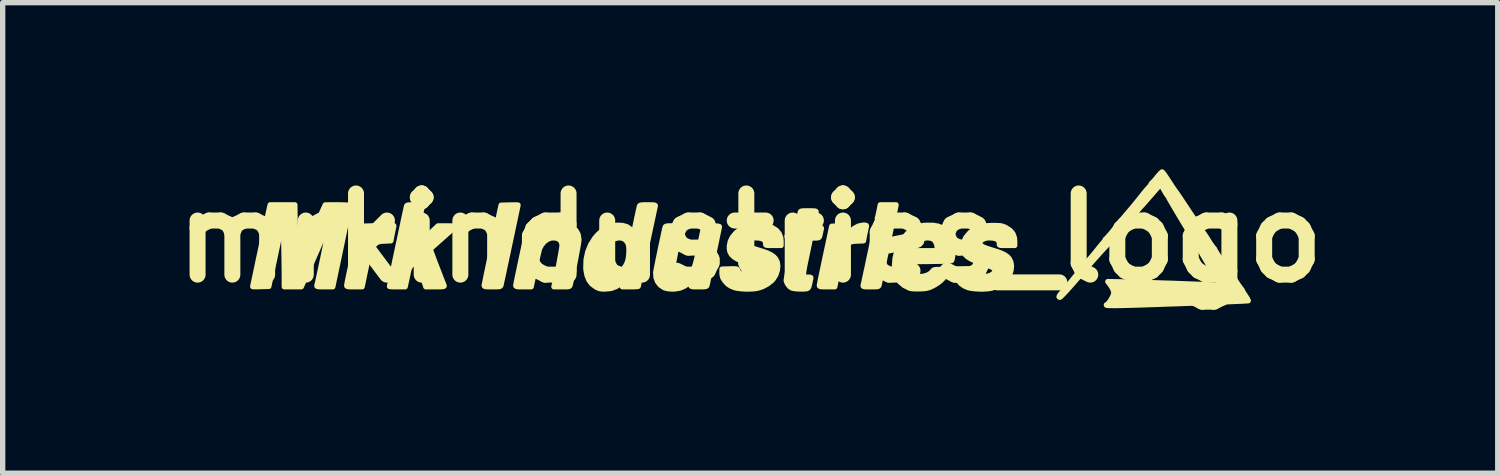
<source format=kicad_pcb>
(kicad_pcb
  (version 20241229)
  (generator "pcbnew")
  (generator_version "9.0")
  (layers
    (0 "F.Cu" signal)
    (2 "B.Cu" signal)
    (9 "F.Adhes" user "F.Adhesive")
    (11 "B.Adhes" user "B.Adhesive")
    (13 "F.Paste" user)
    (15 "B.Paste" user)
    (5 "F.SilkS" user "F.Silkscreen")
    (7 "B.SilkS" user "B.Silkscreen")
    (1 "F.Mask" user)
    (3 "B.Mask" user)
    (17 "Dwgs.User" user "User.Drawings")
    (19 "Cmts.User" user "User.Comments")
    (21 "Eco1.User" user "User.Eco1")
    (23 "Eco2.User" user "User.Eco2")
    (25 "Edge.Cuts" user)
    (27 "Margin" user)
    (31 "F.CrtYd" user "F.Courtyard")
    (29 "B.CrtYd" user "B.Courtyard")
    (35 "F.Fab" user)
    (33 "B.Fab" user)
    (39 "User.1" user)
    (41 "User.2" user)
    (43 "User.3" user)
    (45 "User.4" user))
  (footprint "mrkindustries_logo"
    (layer "F.Cu")
    (at 11.038 1.418)
    (property "Reference" "mrkindustries_logo" (at 0 0 0) (layer "F.SilkS") (effects (font (size 1.524 1.524) (thickness 0.3))))
    (attr through_hole)
    (fp_poly (pts (xy 2.739 -0.621) (xy 2.729 -0.57) (xy 2.72 -0.525) (xy 2.709 -0.47) (xy 2.704 -0.446) (xy 2.688 -0.374) (xy 2.537 -0.37) (xy 2.387 -0.366) (xy 2.399 -0.412) (xy 2.409 -0.453) (xy 2.42 -0.506) (xy 2.427 -0.54) (xy 2.443 -0.621) (xy 2.591 -0.621) (xy 2.739 -0.621)) (stroke (width 0.1) (type solid)) (fill yes) (layer "F.SilkS"))
    (fp_poly (pts (xy -4.36 -0.617) (xy -4.363 -0.603) (xy -4.371 -0.564) (xy -4.384 -0.503) (xy -4.401 -0.424) (xy -4.42 -0.33) (xy -4.443 -0.224) (xy -4.467 -0.108) (xy -4.493 0.013) (xy -4.52 0.138) (xy -4.546 0.262) (xy -4.572 0.383) (xy -4.597 0.498) (xy -4.619 0.604) (xy -4.639 0.697) (xy -4.656 0.775) (xy -4.669 0.834) (xy -4.677 0.872) (xy -4.68 0.884) (xy -4.685 0.899) (xy -4.694 0.908) (xy -4.713 0.914) (xy -4.747 0.916) (xy -4.801 0.917) (xy -4.842 0.917) (xy -4.91 0.917) (xy -4.954 0.915) (xy -4.98 0.911) (xy -4.992 0.904) (xy -4.995 0.893) (xy -4.995 0.893) (xy -4.992 0.874) (xy -4.983 0.831) (xy -4.97 0.766) (xy -4.953 0.681) (xy -4.931 0.578) (xy -4.907 0.462) (xy -4.88 0.333) (xy -4.85 0.196) (xy -4.836 0.127) (xy -4.678 -0.614) (xy -4.519 -0.618) (xy -4.456 -0.619) (xy -4.405 -0.619) (xy -4.371 -0.619) (xy -4.36 -0.617)) (stroke (width 0.1) (type solid)) (fill yes) (layer "F.SilkS"))
    (fp_poly (pts (xy 2.653 -0.215) (xy 2.65 -0.2) (xy 2.642 -0.161) (xy 2.63 -0.101) (xy 2.614 -0.025) (xy 2.595 0.065) (xy 2.574 0.164) (xy 2.552 0.269) (xy 2.529 0.376) (xy 2.507 0.482) (xy 2.485 0.583) (xy 2.466 0.676) (xy 2.448 0.756) (xy 2.434 0.821) (xy 2.424 0.866) (xy 2.42 0.885) (xy 2.415 0.9) (xy 2.405 0.909) (xy 2.385 0.914) (xy 2.349 0.917) (xy 2.292 0.917) (xy 2.264 0.917) (xy 2.198 0.917) (xy 2.156 0.916) (xy 2.132 0.912) (xy 2.122 0.905) (xy 2.122 0.894) (xy 2.124 0.885) (xy 2.13 0.857) (xy 2.141 0.806) (xy 2.156 0.736) (xy 2.174 0.652) (xy 2.195 0.557) (xy 2.216 0.454) (xy 2.239 0.348) (xy 2.262 0.241) (xy 2.284 0.137) (xy 2.304 0.04) (xy 2.322 -0.046) (xy 2.337 -0.118) (xy 2.348 -0.173) (xy 2.355 -0.206) (xy 2.357 -0.215) (xy 2.37 -0.219) (xy 2.405 -0.223) (xy 2.457 -0.225) (xy 2.505 -0.226) (xy 2.566 -0.225) (xy 2.614 -0.222) (xy 2.645 -0.218) (xy 2.653 -0.215)) (stroke (width 0.1) (type solid)) (fill yes) (layer "F.SilkS"))
    (fp_poly (pts (xy -6.694 -0.216) (xy -6.694 -0.215) (xy -6.7 -0.191) (xy -6.709 -0.146) (xy -6.72 -0.09) (xy -6.725 -0.068) (xy -6.748 0.054) (xy -6.865 0.059) (xy -6.926 0.062) (xy -6.967 0.068) (xy -6.997 0.079) (xy -7.026 0.098) (xy -7.037 0.107) (xy -7.077 0.147) (xy -7.114 0.197) (xy -7.122 0.212) (xy -7.134 0.245) (xy -7.15 0.3) (xy -7.17 0.373) (xy -7.19 0.459) (xy -7.212 0.553) (xy -7.221 0.596) (xy -7.288 0.917) (xy -7.433 0.917) (xy -7.499 0.917) (xy -7.541 0.915) (xy -7.565 0.91) (xy -7.575 0.903) (xy -7.577 0.893) (xy -7.574 0.874) (xy -7.566 0.83) (xy -7.553 0.766) (xy -7.536 0.683) (xy -7.515 0.585) (xy -7.492 0.475) (xy -7.467 0.356) (xy -7.46 0.325) (xy -7.343 -0.219) (xy -7.194 -0.223) (xy -7.044 -0.227) (xy -7.063 -0.145) (xy -7.076 -0.088) (xy -7.08 -0.056) (xy -7.072 -0.049) (xy -7.05 -0.065) (xy -7.012 -0.101) (xy -7.007 -0.107) (xy -6.923 -0.178) (xy -6.842 -0.222) (xy -6.761 -0.239) (xy -6.748 -0.24) (xy -6.71 -0.238) (xy -6.694 -0.231) (xy -6.694 -0.216)) (stroke (width 0.1) (type solid)) (fill yes) (layer "F.SilkS"))
    (fp_poly (pts (xy 2.182 -0.216) (xy 2.182 -0.215) (xy 2.176 -0.191) (xy 2.167 -0.146) (xy 2.155 -0.09) (xy 2.151 -0.068) (xy 2.127 0.054) (xy 2.01 0.059) (xy 1.95 0.062) (xy 1.909 0.068) (xy 1.879 0.079) (xy 1.85 0.098) (xy 1.839 0.107) (xy 1.798 0.147) (xy 1.762 0.197) (xy 1.754 0.212) (xy 1.742 0.245) (xy 1.725 0.3) (xy 1.706 0.373) (xy 1.685 0.459) (xy 1.664 0.553) (xy 1.655 0.596) (xy 1.588 0.917) (xy 1.443 0.917) (xy 1.377 0.917) (xy 1.335 0.915) (xy 1.311 0.91) (xy 1.301 0.903) (xy 1.299 0.893) (xy 1.302 0.874) (xy 1.31 0.83) (xy 1.323 0.766) (xy 1.34 0.683) (xy 1.361 0.585) (xy 1.384 0.475) (xy 1.409 0.356) (xy 1.416 0.325) (xy 1.532 -0.219) (xy 1.682 -0.223) (xy 1.832 -0.227) (xy 1.813 -0.145) (xy 1.8 -0.088) (xy 1.796 -0.056) (xy 1.804 -0.049) (xy 1.825 -0.065) (xy 1.863 -0.101) (xy 1.869 -0.107) (xy 1.952 -0.178) (xy 2.034 -0.222) (xy 2.115 -0.239) (xy 2.128 -0.24) (xy 2.166 -0.238) (xy 2.182 -0.231) (xy 2.182 -0.216)) (stroke (width 0.1) (type solid)) (fill yes) (layer "F.SilkS"))
    (fp_poly (pts (xy -3.217 0.035) (xy -3.22 0.064) (xy -3.228 0.118) (xy -3.24 0.189) (xy -3.256 0.275) (xy -3.274 0.371) (xy -3.293 0.472) (xy -3.314 0.574) (xy -3.334 0.673) (xy -3.354 0.764) (xy -3.371 0.842) (xy -3.382 0.885) (xy -3.387 0.9) (xy -3.397 0.909) (xy -3.417 0.914) (xy -3.454 0.917) (xy -3.511 0.917) (xy -3.538 0.917) (xy -3.686 0.917) (xy -3.678 0.883) (xy -3.658 0.804) (xy -3.638 0.713) (xy -3.618 0.616) (xy -3.597 0.517) (xy -3.579 0.419) (xy -3.562 0.328) (xy -3.548 0.248) (xy -3.538 0.184) (xy -3.533 0.139) (xy -3.533 0.121) (xy -3.552 0.062) (xy -3.592 0.021) (xy -3.65 -0.000029) (xy -3.724 -0.001) (xy -3.752 0.004) (xy -3.811 0.028) (xy -3.87 0.073) (xy -3.919 0.132) (xy -3.953 0.196) (xy -3.954 0.199) (xy -3.963 0.23) (xy -3.976 0.285) (xy -3.993 0.357) (xy -4.012 0.443) (xy -4.033 0.537) (xy -4.044 0.589) (xy -4.113 0.917) (xy -4.258 0.917) (xy -4.324 0.917) (xy -4.366 0.915) (xy -4.39 0.91) (xy -4.4 0.903) (xy -4.402 0.893) (xy -4.399 0.874) (xy -4.391 0.83) (xy -4.378 0.766) (xy -4.361 0.683) (xy -4.34 0.585) (xy -4.317 0.475) (xy -4.292 0.356) (xy -4.285 0.325) (xy -4.168 -0.219) (xy -4.018 -0.223) (xy -3.868 -0.227) (xy -3.88 -0.18) (xy -3.896 -0.119) (xy -3.903 -0.083) (xy -3.9 -0.069) (xy -3.885 -0.076) (xy -3.856 -0.102) (xy -3.832 -0.124) (xy -3.758 -0.182) (xy -3.682 -0.218) (xy -3.598 -0.236) (xy -3.501 -0.238) (xy -3.439 -0.233) (xy -3.394 -0.224) (xy -3.357 -0.209) (xy -3.333 -0.194) (xy -3.271 -0.137) (xy -3.232 -0.065) (xy -3.218 0.023) (xy -3.217 0.035)) (stroke (width 0.1) (type solid)) (fill yes) (layer "F.SilkS"))
    (fp_poly (pts (xy 3.819 0.168) (xy 3.817 0.222) (xy 3.811 0.277) (xy 3.802 0.334) (xy 3.795 0.382) (xy 3.788 0.412) (xy 3.787 0.416) (xy 3.781 0.423) (xy 3.765 0.428) (xy 3.737 0.432) (xy 3.694 0.435) (xy 3.633 0.437) (xy 3.551 0.439) (xy 3.514 0.439) (xy 3.514 0.24) (xy 3.514 0.19) (xy 3.504 0.124) (xy 3.479 0.065) (xy 3.441 0.023) (xy 3.437 0.021) (xy 3.39 0.003) (xy 3.328 -0.003) (xy 3.263 0.005) (xy 3.212 0.022) (xy 3.149 0.066) (xy 3.097 0.133) (xy 3.069 0.188) (xy 3.048 0.24) (xy 3.281 0.24) (xy 3.514 0.24) (xy 3.514 0.439) (xy 3.444 0.44) (xy 3.396 0.441) (xy 3.013 0.445) (xy 3.009 0.515) (xy 3.017 0.592) (xy 3.05 0.656) (xy 3.099 0.701) (xy 3.153 0.721) (xy 3.22 0.725) (xy 3.29 0.712) (xy 3.355 0.686) (xy 3.407 0.648) (xy 3.423 0.628) (xy 3.435 0.612) (xy 3.45 0.601) (xy 3.474 0.596) (xy 3.513 0.593) (xy 3.573 0.593) (xy 3.586 0.593) (xy 3.657 0.594) (xy 3.704 0.599) (xy 3.724 0.606) (xy 3.725 0.608) (xy 3.716 0.633) (xy 3.691 0.672) (xy 3.656 0.718) (xy 3.615 0.765) (xy 3.578 0.802) (xy 3.529 0.841) (xy 3.468 0.88) (xy 3.417 0.907) (xy 3.369 0.929) (xy 3.326 0.942) (xy 3.28 0.95) (xy 3.22 0.954) (xy 3.182 0.956) (xy 3.088 0.956) (xy 3.02 0.949) (xy 2.99 0.941) (xy 2.888 0.89) (xy 2.81 0.823) (xy 2.754 0.739) (xy 2.72 0.639) (xy 2.71 0.528) (xy 2.72 0.387) (xy 2.752 0.251) (xy 2.803 0.125) (xy 2.871 0.012) (xy 2.954 -0.083) (xy 3.049 -0.159) (xy 3.104 -0.189) (xy 3.158 -0.212) (xy 3.208 -0.226) (xy 3.265 -0.234) (xy 3.325 -0.237) (xy 3.438 -0.236) (xy 3.53 -0.22) (xy 3.608 -0.188) (xy 3.665 -0.148) (xy 3.724 -0.092) (xy 3.764 -0.037) (xy 3.792 0.028) (xy 3.804 0.07) (xy 3.815 0.122) (xy 3.819 0.168)) (stroke (width 0.1) (type solid)) (fill yes) (layer "F.SilkS"))
    (fp_poly (pts (xy -0.579 -0.212) (xy -0.581 -0.196) (xy -0.589 -0.156) (xy -0.602 -0.095) (xy -0.618 -0.018) (xy -0.637 0.073) (xy -0.658 0.172) (xy -0.68 0.278) (xy -0.703 0.386) (xy -0.725 0.492) (xy -0.747 0.593) (xy -0.767 0.685) (xy -0.784 0.764) (xy -0.798 0.828) (xy -0.808 0.872) (xy -0.813 0.892) (xy -0.813 0.893) (xy -0.82 0.904) (xy -0.835 0.911) (xy -0.864 0.915) (xy -0.913 0.917) (xy -0.969 0.917) (xy -1.035 0.917) (xy -1.077 0.915) (xy -1.101 0.911) (xy -1.11 0.904) (xy -1.11 0.894) (xy -1.109 0.893) (xy -1.101 0.861) (xy -1.092 0.826) (xy -1.082 0.783) (xy -1.142 0.837) (xy -1.229 0.902) (xy -1.32 0.942) (xy -1.42 0.958) (xy -1.453 0.959) (xy -1.541 0.954) (xy -1.607 0.937) (xy -1.616 0.933) (xy -1.686 0.887) (xy -1.738 0.822) (xy -1.768 0.744) (xy -1.774 0.657) (xy -1.772 0.636) (xy -1.768 0.61) (xy -1.758 0.56) (xy -1.744 0.492) (xy -1.728 0.41) (xy -1.709 0.319) (xy -1.689 0.222) (xy -1.669 0.126) (xy -1.649 0.034) (xy -1.631 -0.05) (xy -1.616 -0.12) (xy -1.605 -0.172) (xy -1.599 -0.194) (xy -1.594 -0.208) (xy -1.584 -0.217) (xy -1.564 -0.223) (xy -1.528 -0.225) (xy -1.47 -0.226) (xy -1.443 -0.226) (xy -1.295 -0.226) (xy -1.304 -0.192) (xy -1.318 -0.132) (xy -1.335 -0.055) (xy -1.354 0.032) (xy -1.373 0.125) (xy -1.392 0.221) (xy -1.41 0.313) (xy -1.426 0.398) (xy -1.439 0.471) (xy -1.448 0.527) (xy -1.453 0.562) (xy -1.453 0.568) (xy -1.445 0.634) (xy -1.421 0.681) (xy -1.378 0.711) (xy -1.362 0.717) (xy -1.289 0.727) (xy -1.216 0.711) (xy -1.148 0.674) (xy -1.089 0.617) (xy -1.051 0.556) (xy -1.039 0.523) (xy -1.023 0.468) (xy -1.004 0.392) (xy -0.98 0.291) (xy -0.952 0.165) (xy -0.92 0.013) (xy -0.909 -0.039) (xy -0.87 -0.226) (xy -0.724 -0.226) (xy -0.662 -0.225) (xy -0.614 -0.221) (xy -0.585 -0.216) (xy -0.579 -0.212)) (stroke (width 0.1) (type solid)) (fill yes) (layer "F.SilkS"))
    (fp_poly (pts (xy 0.579 0.141) (xy 0.431 0.141) (xy 0.365 0.141) (xy 0.322 0.139) (xy 0.299 0.135) (xy 0.291 0.128) (xy 0.292 0.119) (xy 0.291 0.088) (xy 0.275 0.052) (xy 0.25 0.025) (xy 0.241 0.02) (xy 0.171 0.001) (xy 0.091 -0.003) (xy 0.047 0.002) (xy -0.019 0.022) (xy -0.059 0.054) (xy -0.075 0.087) (xy -0.074 0.116) (xy -0.054 0.144) (xy -0.012 0.17) (xy 0.053 0.196) (xy 0.14 0.224) (xy 0.247 0.257) (xy 0.331 0.288) (xy 0.394 0.32) (xy 0.442 0.354) (xy 0.475 0.39) (xy 0.507 0.453) (xy 0.518 0.528) (xy 0.509 0.609) (xy 0.482 0.69) (xy 0.438 0.763) (xy 0.406 0.801) (xy 0.323 0.866) (xy 0.225 0.917) (xy 0.141 0.944) (xy 0.075 0.954) (xy -0.006 0.959) (xy -0.094 0.959) (xy -0.178 0.953) (xy -0.251 0.943) (xy -0.294 0.933) (xy -0.369 0.901) (xy -0.426 0.862) (xy -0.474 0.808) (xy -0.486 0.792) (xy -0.515 0.744) (xy -0.527 0.696) (xy -0.529 0.659) (xy -0.529 0.586) (xy -0.385 0.582) (xy -0.318 0.58) (xy -0.275 0.582) (xy -0.251 0.586) (xy -0.241 0.593) (xy -0.24 0.598) (xy -0.231 0.622) (xy -0.21 0.654) (xy -0.204 0.661) (xy -0.158 0.696) (xy -0.095 0.718) (xy -0.022 0.727) (xy 0.052 0.723) (xy 0.119 0.706) (xy 0.172 0.675) (xy 0.178 0.669) (xy 0.204 0.637) (xy 0.211 0.609) (xy 0.199 0.582) (xy 0.164 0.555) (xy 0.106 0.527) (xy 0.023 0.496) (xy -0.029 0.478) (xy -0.146 0.437) (xy -0.238 0.397) (xy -0.306 0.355) (xy -0.352 0.31) (xy -0.38 0.26) (xy -0.391 0.202) (xy -0.391 0.154) (xy -0.374 0.067) (xy -0.336 -0.01) (xy -0.275 -0.084) (xy -0.258 -0.101) (xy -0.195 -0.152) (xy -0.131 -0.189) (xy -0.058 -0.214) (xy 0.028 -0.227) (xy 0.135 -0.232) (xy 0.155 -0.233) (xy 0.23 -0.232) (xy 0.284 -0.23) (xy 0.324 -0.226) (xy 0.357 -0.217) (xy 0.389 -0.204) (xy 0.414 -0.192) (xy 0.492 -0.142) (xy 0.544 -0.08) (xy 0.573 -0.004) (xy 0.579 0.059) (xy 0.579 0.141)) (stroke (width 0.1) (type solid)) (fill yes) (layer "F.SilkS"))
    (fp_poly (pts (xy 4.967 0.141) (xy 4.819 0.141) (xy 4.753 0.141) (xy 4.711 0.139) (xy 4.687 0.135) (xy 4.679 0.128) (xy 4.68 0.119) (xy 4.68 0.088) (xy 4.663 0.052) (xy 4.638 0.025) (xy 4.63 0.02) (xy 4.559 0.001) (xy 4.48 -0.003) (xy 4.435 0.002) (xy 4.37 0.022) (xy 4.329 0.054) (xy 4.313 0.087) (xy 4.314 0.116) (xy 4.334 0.144) (xy 4.376 0.17) (xy 4.442 0.196) (xy 4.528 0.224) (xy 4.636 0.257) (xy 4.719 0.288) (xy 4.783 0.32) (xy 4.83 0.354) (xy 4.864 0.39) (xy 4.895 0.453) (xy 4.906 0.528) (xy 4.898 0.609) (xy 4.871 0.69) (xy 4.827 0.763) (xy 4.794 0.801) (xy 4.711 0.866) (xy 4.613 0.917) (xy 4.529 0.944) (xy 4.463 0.954) (xy 4.382 0.959) (xy 4.295 0.959) (xy 4.21 0.953) (xy 4.138 0.943) (xy 4.094 0.933) (xy 4.02 0.901) (xy 3.963 0.862) (xy 3.914 0.808) (xy 3.902 0.792) (xy 3.874 0.744) (xy 3.862 0.696) (xy 3.86 0.659) (xy 3.859 0.586) (xy 4.004 0.582) (xy 4.071 0.58) (xy 4.114 0.582) (xy 4.138 0.586) (xy 4.148 0.593) (xy 4.149 0.598) (xy 4.157 0.622) (xy 4.178 0.654) (xy 4.184 0.661) (xy 4.23 0.696) (xy 4.294 0.718) (xy 4.366 0.727) (xy 4.44 0.723) (xy 4.508 0.706) (xy 4.561 0.675) (xy 4.567 0.669) (xy 4.593 0.637) (xy 4.6 0.609) (xy 4.587 0.582) (xy 4.553 0.555) (xy 4.495 0.527) (xy 4.412 0.496) (xy 4.359 0.478) (xy 4.242 0.437) (xy 4.151 0.397) (xy 4.083 0.355) (xy 4.036 0.31) (xy 4.009 0.26) (xy 3.997 0.202) (xy 3.998 0.154) (xy 4.015 0.067) (xy 4.052 -0.01) (xy 4.113 -0.084) (xy 4.13 -0.101) (xy 4.193 -0.152) (xy 4.258 -0.189) (xy 4.33 -0.214) (xy 4.417 -0.227) (xy 4.524 -0.232) (xy 4.544 -0.233) (xy 4.619 -0.232) (xy 4.673 -0.23) (xy 4.712 -0.226) (xy 4.745 -0.217) (xy 4.778 -0.204) (xy 4.803 -0.192) (xy 4.88 -0.142) (xy 4.933 -0.08) (xy 4.961 -0.004) (xy 4.967 0.059) (xy 4.967 0.141)) (stroke (width 0.1) (type solid)) (fill yes) (layer "F.SilkS"))
    (fp_poly (pts (xy 1.337 -0.181) (xy 1.336 -0.173) (xy 1.328 -0.142) (xy 1.32 -0.101) (xy 1.319 -0.099) (xy 1.309 -0.048) (xy 1.298 -0.018) (xy 1.28 -0.004) (xy 1.249 -0.000231) (xy 1.213 0) (xy 1.168 0.002) (xy 1.138 0.006) (xy 1.129 0.011) (xy 1.126 0.028) (xy 1.118 0.068) (xy 1.106 0.128) (xy 1.09 0.204) (xy 1.072 0.291) (xy 1.058 0.36) (xy 1.034 0.472) (xy 1.017 0.56) (xy 1.006 0.626) (xy 1.001 0.674) (xy 1.003 0.706) (xy 1.013 0.725) (xy 1.029 0.735) (xy 1.053 0.738) (xy 1.085 0.738) (xy 1.087 0.737) (xy 1.124 0.738) (xy 1.138 0.745) (xy 1.138 0.759) (xy 1.131 0.786) (xy 1.122 0.829) (xy 1.115 0.863) (xy 1.103 0.911) (xy 1.089 0.938) (xy 1.07 0.95) (xy 1.068 0.951) (xy 1.025 0.957) (xy 0.966 0.959) (xy 0.901 0.957) (xy 0.84 0.952) (xy 0.793 0.943) (xy 0.78 0.939) (xy 0.737 0.909) (xy 0.702 0.864) (xy 0.68 0.815) (xy 0.677 0.793) (xy 0.68 0.771) (xy 0.688 0.726) (xy 0.7 0.66) (xy 0.716 0.58) (xy 0.735 0.487) (xy 0.755 0.391) (xy 0.776 0.293) (xy 0.794 0.203) (xy 0.81 0.127) (xy 0.822 0.067) (xy 0.83 0.027) (xy 0.833 0.011) (xy 0.82 0.005) (xy 0.787 0.001) (xy 0.762 0) (xy 0.718 -0.001) (xy 0.698 -0.008) (xy 0.695 -0.028) (xy 0.703 -0.067) (xy 0.704 -0.071) (xy 0.716 -0.116) (xy 0.725 -0.158) (xy 0.725 -0.158) (xy 0.733 -0.181) (xy 0.749 -0.193) (xy 0.78 -0.198) (xy 0.808 -0.2) (xy 0.882 -0.205) (xy 0.907 -0.325) (xy 0.919 -0.383) (xy 0.93 -0.435) (xy 0.937 -0.47) (xy 0.939 -0.476) (xy 0.943 -0.49) (xy 0.953 -0.5) (xy 0.974 -0.505) (xy 1.01 -0.507) (xy 1.067 -0.508) (xy 1.094 -0.508) (xy 1.16 -0.508) (xy 1.202 -0.506) (xy 1.226 -0.503) (xy 1.236 -0.496) (xy 1.237 -0.485) (xy 1.235 -0.476) (xy 1.223 -0.423) (xy 1.211 -0.364) (xy 1.2 -0.306) (xy 1.191 -0.257) (xy 1.186 -0.225) (xy 1.185 -0.218) (xy 1.193 -0.205) (xy 1.22 -0.199) (xy 1.264 -0.198) (xy 1.309 -0.196) (xy 1.331 -0.192) (xy 1.337 -0.181)) (stroke (width 0.1) (type solid)) (fill yes) (layer "F.SilkS"))
    (fp_poly (pts (xy -5.54 -0.217) (xy -5.543 -0.209) (xy -5.553 -0.199) (xy -5.569 -0.185) (xy -5.602 -0.155) (xy -5.648 -0.114) (xy -5.704 -0.065) (xy -5.764 -0.011) (xy -5.826 0.044) (xy -5.884 0.096) (xy -5.936 0.142) (xy -5.977 0.178) (xy -6.003 0.2) (xy -6.009 0.206) (xy -6.006 0.219) (xy -5.993 0.256) (xy -5.973 0.311) (xy -5.946 0.383) (xy -5.915 0.466) (xy -5.884 0.546) (xy -5.848 0.638) (xy -5.816 0.722) (xy -5.788 0.794) (xy -5.766 0.85) (xy -5.752 0.887) (xy -5.747 0.9) (xy -5.751 0.907) (xy -5.771 0.913) (xy -5.811 0.916) (xy -5.874 0.917) (xy -5.916 0.917) (xy -6.091 0.917) (xy -6.166 0.681) (xy -6.191 0.603) (xy -6.214 0.535) (xy -6.233 0.48) (xy -6.247 0.444) (xy -6.253 0.431) (xy -6.269 0.433) (xy -6.3 0.454) (xy -6.334 0.485) (xy -6.374 0.528) (xy -6.398 0.564) (xy -6.413 0.607) (xy -6.42 0.64) (xy -6.433 0.703) (xy -6.448 0.775) (xy -6.459 0.822) (xy -6.48 0.917) (xy -6.627 0.917) (xy -6.687 0.917) (xy -6.736 0.915) (xy -6.766 0.913) (xy -6.773 0.911) (xy -6.771 0.897) (xy -6.762 0.858) (xy -6.75 0.797) (xy -6.733 0.719) (xy -6.713 0.625) (xy -6.691 0.518) (xy -6.667 0.403) (xy -6.641 0.282) (xy -6.615 0.157) (xy -6.588 0.033) (xy -6.563 -0.089) (xy -6.538 -0.204) (xy -6.516 -0.309) (xy -6.496 -0.403) (xy -6.479 -0.481) (xy -6.466 -0.54) (xy -6.458 -0.578) (xy -6.456 -0.589) (xy -6.451 -0.603) (xy -6.441 -0.612) (xy -6.421 -0.618) (xy -6.385 -0.62) (xy -6.328 -0.621) (xy -6.3 -0.621) (xy -6.234 -0.621) (xy -6.192 -0.619) (xy -6.168 -0.616) (xy -6.158 -0.609) (xy -6.157 -0.598) (xy -6.159 -0.589) (xy -6.175 -0.516) (xy -6.194 -0.431) (xy -6.214 -0.339) (xy -6.234 -0.243) (xy -6.253 -0.147) (xy -6.272 -0.056) (xy -6.288 0.026) (xy -6.302 0.096) (xy -6.312 0.149) (xy -6.317 0.181) (xy -6.318 0.189) (xy -6.306 0.184) (xy -6.278 0.162) (xy -6.235 0.125) (xy -6.181 0.077) (xy -6.119 0.019) (xy -6.088 -0.011) (xy -5.863 -0.225) (xy -5.694 -0.225) (xy -5.623 -0.225) (xy -5.577 -0.224) (xy -5.55 -0.222) (xy -5.54 -0.217)) (stroke (width 0.1) (type solid)) (fill yes) (layer "F.SilkS"))
    (fp_poly (pts (xy -1.783 -0.608) (xy -1.783 -0.597) (xy -1.783 -0.596) (xy -1.788 -0.578) (xy -1.797 -0.535) (xy -1.811 -0.471) (xy -1.828 -0.39) (xy -1.849 -0.293) (xy -1.872 -0.185) (xy -1.897 -0.068) (xy -1.923 0.054) (xy -1.95 0.179) (xy -1.976 0.304) (xy -2.002 0.425) (xy -2.026 0.539) (xy -2.048 0.643) (xy -2.067 0.734) (xy -2.083 0.809) (xy -2.094 0.865) (xy -2.101 0.899) (xy -2.103 0.908) (xy -2.116 0.912) (xy -2.151 0.915) (xy -2.203 0.917) (xy -2.251 0.917) (xy -2.277 0.917) (xy -2.277 0.183) (xy -2.288 0.118) (xy -2.313 0.068) (xy -2.353 0.028) (xy -2.359 0.023) (xy -2.414 -0.000003) (xy -2.478 -0.003) (xy -2.545 0.014) (xy -2.584 0.035) (xy -2.647 0.089) (xy -2.698 0.158) (xy -2.739 0.238) (xy -2.767 0.324) (xy -2.783 0.412) (xy -2.786 0.498) (xy -2.774 0.576) (xy -2.748 0.642) (xy -2.707 0.692) (xy -2.68 0.709) (xy -2.636 0.728) (xy -2.596 0.732) (xy -2.551 0.72) (xy -2.501 0.697) (xy -2.45 0.666) (xy -2.407 0.625) (xy -2.372 0.576) (xy -2.333 0.513) (xy -2.306 0.456) (xy -2.29 0.396) (xy -2.28 0.322) (xy -2.277 0.268) (xy -2.277 0.183) (xy -2.277 0.917) (xy -2.4 0.917) (xy -2.39 0.865) (xy -2.38 0.812) (xy -2.428 0.853) (xy -2.518 0.913) (xy -2.614 0.948) (xy -2.723 0.959) (xy -2.723 0.959) (xy -2.784 0.958) (xy -2.828 0.951) (xy -2.867 0.936) (xy -2.901 0.918) (xy -2.974 0.863) (xy -3.028 0.793) (xy -3.064 0.704) (xy -3.084 0.594) (xy -3.086 0.557) (xy -3.081 0.407) (xy -3.05 0.262) (xy -2.995 0.126) (xy -2.917 0.004) (xy -2.858 -0.064) (xy -2.768 -0.143) (xy -2.678 -0.197) (xy -2.581 -0.228) (xy -2.495 -0.238) (xy -2.395 -0.233) (xy -2.315 -0.21) (xy -2.252 -0.166) (xy -2.222 -0.129) (xy -2.201 -0.1) (xy -2.189 -0.087) (xy -2.187 -0.087) (xy -2.184 -0.103) (xy -2.177 -0.142) (xy -2.165 -0.197) (xy -2.152 -0.264) (xy -2.136 -0.336) (xy -2.121 -0.409) (xy -2.106 -0.477) (xy -2.094 -0.535) (xy -2.084 -0.576) (xy -2.08 -0.596) (xy -2.073 -0.607) (xy -2.058 -0.615) (xy -2.029 -0.619) (xy -1.981 -0.621) (xy -1.924 -0.621) (xy -1.858 -0.62) (xy -1.816 -0.619) (xy -1.792 -0.615) (xy -1.783 -0.608)) (stroke (width 0.1) (type solid)) (fill yes) (layer "F.SilkS"))
    (fp_poly (pts (xy -7.52 -0.61) (xy -7.523 -0.595) (xy -7.531 -0.554) (xy -7.544 -0.491) (xy -7.561 -0.408) (xy -7.582 -0.308) (xy -7.606 -0.193) (xy -7.632 -0.065) (xy -7.661 0.073) (xy -7.679 0.159) (xy -7.839 0.917) (xy -7.991 0.917) (xy -8.059 0.917) (xy -8.102 0.915) (xy -8.127 0.911) (xy -8.137 0.905) (xy -8.137 0.895) (xy -8.137 0.893) (xy -8.131 0.869) (xy -8.12 0.823) (xy -8.106 0.757) (xy -8.088 0.675) (xy -8.068 0.58) (xy -8.046 0.476) (xy -8.022 0.365) (xy -7.999 0.252) (xy -7.975 0.14) (xy -7.952 0.031) (xy -7.931 -0.07) (xy -7.913 -0.16) (xy -7.897 -0.236) (xy -7.886 -0.295) (xy -7.879 -0.332) (xy -7.877 -0.346) (xy -7.883 -0.334) (xy -7.899 -0.299) (xy -7.925 -0.243) (xy -7.958 -0.168) (xy -7.998 -0.077) (xy -8.044 0.027) (xy -8.094 0.143) (xy -8.148 0.267) (xy -8.156 0.284) (xy -8.43 0.917) (xy -8.59 0.917) (xy -8.749 0.917) (xy -8.749 0.73) (xy -8.749 0.668) (xy -8.75 0.583) (xy -8.751 0.481) (xy -8.753 0.366) (xy -8.755 0.245) (xy -8.758 0.123) (xy -8.758 0.085) (xy -8.768 -0.373) (xy -8.904 0.269) (xy -9.04 0.91) (xy -9.191 0.914) (xy -9.252 0.915) (xy -9.302 0.916) (xy -9.333 0.915) (xy -9.342 0.913) (xy -9.339 0.899) (xy -9.331 0.86) (xy -9.318 0.799) (xy -9.301 0.721) (xy -9.282 0.627) (xy -9.259 0.521) (xy -9.235 0.406) (xy -9.209 0.286) (xy -9.183 0.162) (xy -9.157 0.039) (xy -9.131 -0.08) (xy -9.107 -0.193) (xy -9.085 -0.296) (xy -9.066 -0.386) (xy -9.05 -0.461) (xy -9.038 -0.516) (xy -9.031 -0.549) (xy -9.03 -0.554) (xy -9.014 -0.621) (xy -8.783 -0.621) (xy -8.551 -0.621) (xy -8.55 -0.512) (xy -8.549 -0.456) (xy -8.548 -0.383) (xy -8.545 -0.295) (xy -8.542 -0.197) (xy -8.538 -0.093) (xy -8.534 0.014) (xy -8.53 0.12) (xy -8.525 0.221) (xy -8.521 0.314) (xy -8.517 0.395) (xy -8.514 0.46) (xy -8.511 0.505) (xy -8.509 0.526) (xy -8.508 0.527) (xy -8.501 0.516) (xy -8.484 0.482) (xy -8.458 0.427) (xy -8.423 0.354) (xy -8.382 0.265) (xy -8.335 0.164) (xy -8.284 0.051) (xy -8.241 -0.043) (xy -7.98 -0.62) (xy -7.751 -0.621) (xy -7.674 -0.62) (xy -7.608 -0.618) (xy -7.557 -0.616) (xy -7.527 -0.613) (xy -7.52 -0.61)) (stroke (width 0.1) (type solid)) (fill yes) (layer "F.SilkS"))
    (fp_poly (pts (xy 9.353 1.178) (xy 9.353 1.179) (xy 9.338 1.181) (xy 9.297 1.183) (xy 9.233 1.187) (xy 9.148 1.19) (xy 9.045 1.195) (xy 8.926 1.2) (xy 8.793 1.205) (xy 8.65 1.211) (xy 8.498 1.217) (xy 8.34 1.223) (xy 8.178 1.229) (xy 8.016 1.235) (xy 7.854 1.24) (xy 7.697 1.246) (xy 7.546 1.251) (xy 7.403 1.256) (xy 7.272 1.26) (xy 7.154 1.263) (xy 7.053 1.266) (xy 6.97 1.268) (xy 6.909 1.269) (xy 6.879 1.27) (xy 6.798 1.269) (xy 6.742 1.269) (xy 6.708 1.267) (xy 6.691 1.263) (xy 6.689 1.258) (xy 6.699 1.251) (xy 6.708 1.245) (xy 6.736 1.218) (xy 6.768 1.174) (xy 6.797 1.123) (xy 6.82 1.073) (xy 6.83 1.034) (xy 6.83 1.031) (xy 6.819 0.98) (xy 6.787 0.917) (xy 6.756 0.872) (xy 6.716 0.82) (xy 7.058 0.827) (xy 7.159 0.829) (xy 7.279 0.832) (xy 7.414 0.836) (xy 7.559 0.841) (xy 7.711 0.846) (xy 7.866 0.851) (xy 8.019 0.856) (xy 8.168 0.862) (xy 8.307 0.867) (xy 8.434 0.872) (xy 8.543 0.877) (xy 8.631 0.881) (xy 8.684 0.883) (xy 8.838 0.892) (xy 8.803 0.831) (xy 8.775 0.782) (xy 8.748 0.734) (xy 8.74 0.72) (xy 8.721 0.687) (xy 8.707 0.666) (xy 8.705 0.663) (xy 8.694 0.648) (xy 8.673 0.616) (xy 8.648 0.575) (xy 8.615 0.517) (xy 8.576 0.451) (xy 8.548 0.405) (xy 8.519 0.356) (xy 8.494 0.312) (xy 8.478 0.282) (xy 8.459 0.249) (xy 8.432 0.206) (xy 8.421 0.187) (xy 8.398 0.151) (xy 8.384 0.125) (xy 8.382 0.118) (xy 8.374 0.102) (xy 8.355 0.073) (xy 8.349 0.065) (xy 8.32 0.023) (xy 8.291 -0.025) (xy 8.285 -0.035) (xy 8.263 -0.076) (xy 8.243 -0.111) (xy 8.218 -0.151) (xy 8.19 -0.198) (xy 8.162 -0.243) (xy 8.132 -0.293) (xy 8.125 -0.303) (xy 8.098 -0.351) (xy 8.07 -0.397) (xy 8.064 -0.407) (xy 8.002 -0.512) (xy 7.952 -0.596) (xy 7.915 -0.66) (xy 7.888 -0.706) (xy 7.871 -0.736) (xy 7.862 -0.753) (xy 7.86 -0.759) (xy 7.852 -0.775) (xy 7.84 -0.789) (xy 7.822 -0.814) (xy 7.798 -0.853) (xy 7.781 -0.882) (xy 7.75 -0.938) (xy 7.729 -0.974) (xy 7.715 -0.993) (xy 7.707 -0.999) (xy 7.703 -0.998) (xy 7.691 -0.987) (xy 7.664 -0.958) (xy 7.625 -0.915) (xy 7.577 -0.86) (xy 7.535 -0.811) (xy 7.481 -0.75) (xy 7.434 -0.696) (xy 7.395 -0.652) (xy 7.369 -0.623) (xy 7.36 -0.612) (xy 7.344 -0.595) (xy 7.315 -0.563) (xy 7.278 -0.52) (xy 7.26 -0.5) (xy 7.219 -0.454) (xy 7.181 -0.412) (xy 7.153 -0.382) (xy 7.146 -0.375) (xy 7.128 -0.356) (xy 7.095 -0.319) (xy 7.05 -0.268) (xy 6.997 -0.206) (xy 6.938 -0.138) (xy 6.922 -0.12) (xy 6.861 -0.05) (xy 6.804 0.016) (xy 6.754 0.073) (xy 6.716 0.117) (xy 6.691 0.145) (xy 6.688 0.148) (xy 6.576 0.269) (xy 6.45 0.41) (xy 6.309 0.57) (xy 6.166 0.734) (xy 6.104 0.805) (xy 6.046 0.872) (xy 5.994 0.93) (xy 5.953 0.976) (xy 5.926 1.006) (xy 5.921 1.011) (xy 5.887 1.047) (xy 5.856 1.079) (xy 5.85 1.085) (xy 5.827 1.107) (xy 5.811 1.115) (xy 5.8 1.106) (xy 5.809 1.082) (xy 5.837 1.046) (xy 5.842 1.04) (xy 5.87 1.009) (xy 5.912 0.959) (xy 5.966 0.894) (xy 6.029 0.819) (xy 6.096 0.735) (xy 6.167 0.649) (xy 6.195 0.614) (xy 6.233 0.567) (xy 6.267 0.527) (xy 6.292 0.5) (xy 6.297 0.496) (xy 6.316 0.473) (xy 6.322 0.461) (xy 6.331 0.443) (xy 6.354 0.418) (xy 6.355 0.418) (xy 6.375 0.396) (xy 6.409 0.357) (xy 6.452 0.306) (xy 6.498 0.248) (xy 6.505 0.24) (xy 6.55 0.184) (xy 6.59 0.135) (xy 6.621 0.098) (xy 6.639 0.078) (xy 6.641 0.076) (xy 6.658 0.055) (xy 6.66 0.045) (xy 6.67 0.026) (xy 6.693 0.005) (xy 6.712 -0.015) (xy 6.745 -0.052) (xy 6.789 -0.103) (xy 6.838 -0.163) (xy 6.872 -0.205) (xy 6.939 -0.289) (xy 6.994 -0.357) (xy 7.041 -0.414) (xy 7.085 -0.466) (xy 7.13 -0.518) (xy 7.152 -0.544) (xy 7.173 -0.569) (xy 7.208 -0.611) (xy 7.253 -0.667) (xy 7.304 -0.73) (xy 7.344 -0.78) (xy 7.394 -0.843) (xy 7.439 -0.897) (xy 7.476 -0.939) (xy 7.5 -0.966) (xy 7.51 -0.974) (xy 7.52 -0.985) (xy 7.521 -0.994) (xy 7.532 -1.018) (xy 7.546 -1.033) (xy 7.566 -1.052) (xy 7.598 -1.087) (xy 7.635 -1.131) (xy 7.647 -1.147) (xy 7.683 -1.189) (xy 7.712 -1.221) (xy 7.731 -1.237) (xy 7.735 -1.239) (xy 7.747 -1.228) (xy 7.769 -1.2) (xy 7.802 -1.153) (xy 7.847 -1.085) (xy 7.897 -1.009) (xy 7.931 -0.956) (xy 7.96 -0.913) (xy 7.98 -0.884) (xy 7.987 -0.875) (xy 7.999 -0.86) (xy 8.023 -0.825) (xy 8.058 -0.774) (xy 8.101 -0.71) (xy 8.15 -0.636) (xy 8.203 -0.556) (xy 8.236 -0.505) (xy 8.271 -0.453) (xy 8.301 -0.408) (xy 8.324 -0.377) (xy 8.33 -0.369) (xy 8.346 -0.347) (xy 8.372 -0.308) (xy 8.405 -0.258) (xy 8.425 -0.226) (xy 8.457 -0.174) (xy 8.485 -0.132) (xy 8.503 -0.106) (xy 8.509 -0.099) (xy 8.52 -0.085) (xy 8.543 -0.051) (xy 8.573 -0.005) (xy 8.6 0.038) (xy 8.634 0.093) (xy 8.666 0.139) (xy 8.69 0.172) (xy 8.7 0.184) (xy 8.718 0.203) (xy 8.721 0.212) (xy 8.728 0.228) (xy 8.747 0.26) (xy 8.772 0.3) (xy 8.8 0.343) (xy 8.826 0.38) (xy 8.844 0.404) (xy 8.849 0.409) (xy 8.862 0.425) (xy 8.881 0.455) (xy 8.885 0.461) (xy 8.907 0.497) (xy 8.936 0.541) (xy 8.967 0.588) (xy 8.996 0.631) (xy 9.019 0.663) (xy 9.031 0.677) (xy 9.041 0.692) (xy 9.064 0.724) (xy 9.093 0.77) (xy 9.116 0.804) (xy 9.151 0.859) (xy 9.183 0.906) (xy 9.208 0.94) (xy 9.217 0.952) (xy 9.236 0.975) (xy 9.243 0.989) (xy 9.25 1.005) (xy 9.269 1.037) (xy 9.297 1.079) (xy 9.301 1.086) (xy 9.328 1.128) (xy 9.347 1.161) (xy 9.353 1.178)) (stroke (width 0.1) (type solid)) (fill yes) (layer "F.SilkS")))
  (gr_rect
    (start -3 -3)
    (end 25.076 5.836)
    (stroke (width 0.1) (type default))
    (fill no)
    (layer "Edge.Cuts")))
</source>
